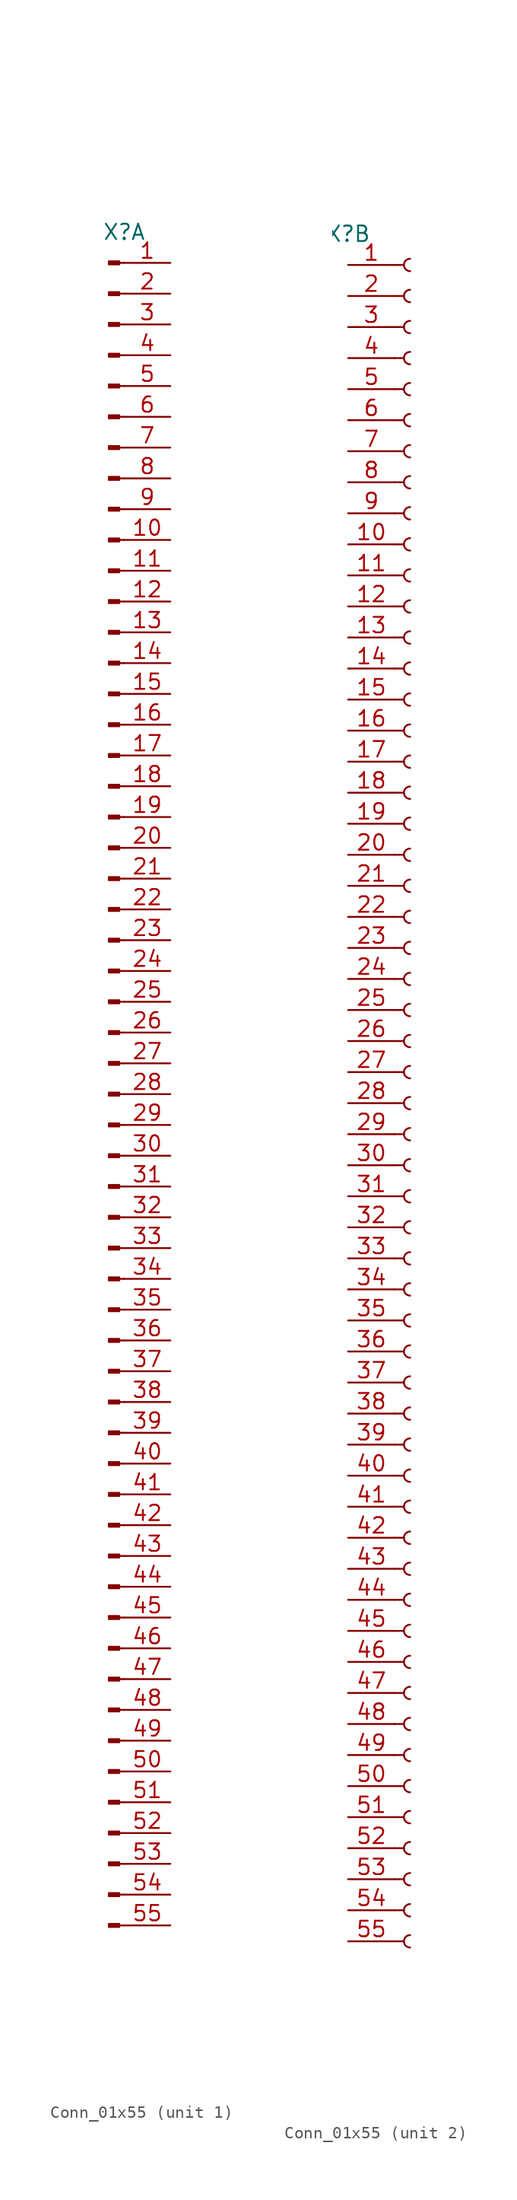
<source format=kicad_sym>
(kicad_symbol_lib
  (version 20241209)
  (generator "kicad_symbol_editor")
  (generator_version "9.0")
  (symbol "Conn_01x55"
    (pin_names
      (offset 1.016)
      (hide yes))
    (property "Reference" "X"
      (at 0 71.12 0)
      (effects (font (size 1.27 1.27))))
    (property "ki_locked" ""
      (at 0 0 0)
      (effects (font (size 1.27 1.27))))
    (symbol "Conn_01x55_1_1"
      (rectangle (start -0.406 68.707) (end -1.27 68.453) (stroke (width 0.152) (type default)) (fill (type outline)))
      (rectangle (start -0.406 66.167) (end -1.27 65.913) (stroke (width 0.152) (type default)) (fill (type outline)))
      (rectangle (start -0.406 63.627) (end -1.27 63.373) (stroke (width 0.152) (type default)) (fill (type outline)))
      (rectangle (start -0.406 61.087) (end -1.27 60.833) (stroke (width 0.152) (type default)) (fill (type outline)))
      (rectangle (start -0.406 58.547) (end -1.27 58.293) (stroke (width 0.152) (type default)) (fill (type outline)))
      (rectangle (start -0.406 56.007) (end -1.27 55.753) (stroke (width 0.152) (type default)) (fill (type outline)))
      (rectangle (start -0.406 53.467) (end -1.27 53.213) (stroke (width 0.152) (type default)) (fill (type outline)))
      (rectangle (start -0.406 50.927) (end -1.27 50.673) (stroke (width 0.152) (type default)) (fill (type outline)))
      (rectangle (start -0.406 48.387) (end -1.27 48.133) (stroke (width 0.152) (type default)) (fill (type outline)))
      (rectangle (start -0.406 45.847) (end -1.27 45.593) (stroke (width 0.152) (type default)) (fill (type outline)))
      (rectangle (start -0.406 43.307) (end -1.27 43.053) (stroke (width 0.152) (type default)) (fill (type outline)))
      (rectangle (start -0.406 40.767) (end -1.27 40.513) (stroke (width 0.152) (type default)) (fill (type outline)))
      (rectangle (start -0.406 38.227) (end -1.27 37.973) (stroke (width 0.152) (type default)) (fill (type outline)))
      (rectangle (start -0.406 35.687) (end -1.27 35.433) (stroke (width 0.152) (type default)) (fill (type outline)))
      (rectangle (start -0.406 33.147) (end -1.27 32.893) (stroke (width 0.152) (type default)) (fill (type outline)))
      (rectangle (start -0.406 30.607) (end -1.27 30.353) (stroke (width 0.152) (type default)) (fill (type outline)))
      (rectangle (start -0.406 28.067) (end -1.27 27.813) (stroke (width 0.152) (type default)) (fill (type outline)))
      (rectangle (start -0.406 25.527) (end -1.27 25.273) (stroke (width 0.152) (type default)) (fill (type outline)))
      (rectangle (start -0.406 22.987) (end -1.27 22.733) (stroke (width 0.152) (type default)) (fill (type outline)))
      (rectangle (start -0.406 20.447) (end -1.27 20.193) (stroke (width 0.152) (type default)) (fill (type outline)))
      (rectangle (start -0.406 17.907) (end -1.27 17.653) (stroke (width 0.152) (type default)) (fill (type outline)))
      (rectangle (start -0.406 15.367) (end -1.27 15.113) (stroke (width 0.152) (type default)) (fill (type outline)))
      (rectangle (start -0.406 12.827) (end -1.27 12.573) (stroke (width 0.152) (type default)) (fill (type outline)))
      (rectangle (start -0.406 10.287) (end -1.27 10.033) (stroke (width 0.152) (type default)) (fill (type outline)))
      (rectangle (start -0.406 7.747) (end -1.27 7.493) (stroke (width 0.152) (type default)) (fill (type outline)))
      (rectangle (start -0.406 5.207) (end -1.27 4.953) (stroke (width 0.152) (type default)) (fill (type outline)))
      (rectangle (start -0.406 2.667) (end -1.27 2.413) (stroke (width 0.152) (type default)) (fill (type outline)))
      (rectangle (start -0.406 0.127) (end -1.27 -0.127) (stroke (width 0.152) (type default)) (fill (type outline)))
      (rectangle (start -0.406 -2.413) (end -1.27 -2.667) (stroke (width 0.152) (type default)) (fill (type outline)))
      (rectangle (start -0.406 -4.953) (end -1.27 -5.207) (stroke (width 0.152) (type default)) (fill (type outline)))
      (rectangle (start -0.406 -7.493) (end -1.27 -7.747) (stroke (width 0.152) (type default)) (fill (type outline)))
      (rectangle (start -0.406 -10.033) (end -1.27 -10.287) (stroke (width 0.152) (type default)) (fill (type outline)))
      (rectangle (start -0.406 -12.573) (end -1.27 -12.827) (stroke (width 0.152) (type default)) (fill (type outline)))
      (rectangle (start -0.406 -15.113) (end -1.27 -15.367) (stroke (width 0.152) (type default)) (fill (type outline)))
      (rectangle (start -0.406 -17.653) (end -1.27 -17.907) (stroke (width 0.152) (type default)) (fill (type outline)))
      (rectangle (start -0.406 -20.193) (end -1.27 -20.447) (stroke (width 0.152) (type default)) (fill (type outline)))
      (rectangle (start -0.406 -22.733) (end -1.27 -22.987) (stroke (width 0.152) (type default)) (fill (type outline)))
      (rectangle (start -0.406 -25.273) (end -1.27 -25.527) (stroke (width 0.152) (type default)) (fill (type outline)))
      (rectangle (start -0.406 -27.813) (end -1.27 -28.067) (stroke (width 0.152) (type default)) (fill (type outline)))
      (rectangle (start -0.406 -30.353) (end -1.27 -30.607) (stroke (width 0.152) (type default)) (fill (type outline)))
      (rectangle (start -0.406 -32.893) (end -1.27 -33.147) (stroke (width 0.152) (type default)) (fill (type outline)))
      (rectangle (start -0.406 -35.433) (end -1.27 -35.687) (stroke (width 0.152) (type default)) (fill (type outline)))
      (rectangle (start -0.406 -37.973) (end -1.27 -38.227) (stroke (width 0.152) (type default)) (fill (type outline)))
      (rectangle (start -0.406 -40.513) (end -1.27 -40.767) (stroke (width 0.152) (type default)) (fill (type outline)))
      (rectangle (start -0.406 -43.053) (end -1.27 -43.307) (stroke (width 0.152) (type default)) (fill (type outline)))
      (rectangle (start -0.406 -45.593) (end -1.27 -45.847) (stroke (width 0.152) (type default)) (fill (type outline)))
      (rectangle (start -0.406 -48.133) (end -1.27 -48.387) (stroke (width 0.152) (type default)) (fill (type outline)))
      (rectangle (start -0.406 -50.673) (end -1.27 -50.927) (stroke (width 0.152) (type default)) (fill (type outline)))
      (rectangle (start -0.406 -53.213) (end -1.27 -53.467) (stroke (width 0.152) (type default)) (fill (type outline)))
      (rectangle (start -0.406 -55.753) (end -1.27 -56.007) (stroke (width 0.152) (type default)) (fill (type outline)))
      (rectangle (start -0.406 -58.293) (end -1.27 -58.547) (stroke (width 0.152) (type default)) (fill (type outline)))
      (rectangle (start -0.406 -60.833) (end -1.27 -61.087) (stroke (width 0.152) (type default)) (fill (type outline)))
      (rectangle (start -0.406 -63.373) (end -1.27 -63.627) (stroke (width 0.152) (type default)) (fill (type outline)))
      (rectangle (start -0.406 -65.913) (end -1.27 -66.167) (stroke (width 0.152) (type default)) (fill (type outline)))
      (rectangle (start -0.406 -68.453) (end -1.27 -68.707) (stroke (width 0.152) (type default)) (fill (type outline)))
      (polyline (pts (xy 0 68.58) (xy -0.406 68.58)) (stroke (width 0.152) (type default)) (fill (type none)))
      (polyline (pts (xy 0 66.04) (xy -0.406 66.04)) (stroke (width 0.152) (type default)) (fill (type none)))
      (polyline (pts (xy 0 63.5) (xy -0.406 63.5)) (stroke (width 0.152) (type default)) (fill (type none)))
      (polyline (pts (xy 0 60.96) (xy -0.406 60.96)) (stroke (width 0.152) (type default)) (fill (type none)))
      (polyline (pts (xy 0 58.42) (xy -0.406 58.42)) (stroke (width 0.152) (type default)) (fill (type none)))
      (polyline (pts (xy 0 55.88) (xy -0.406 55.88)) (stroke (width 0.152) (type default)) (fill (type none)))
      (polyline (pts (xy 0 53.34) (xy -0.406 53.34)) (stroke (width 0.152) (type default)) (fill (type none)))
      (polyline (pts (xy 0 50.8) (xy -0.406 50.8)) (stroke (width 0.152) (type default)) (fill (type none)))
      (polyline (pts (xy 0 48.26) (xy -0.406 48.26)) (stroke (width 0.152) (type default)) (fill (type none)))
      (polyline (pts (xy 0 45.72) (xy -0.406 45.72)) (stroke (width 0.152) (type default)) (fill (type none)))
      (polyline (pts (xy 0 43.18) (xy -0.406 43.18)) (stroke (width 0.152) (type default)) (fill (type none)))
      (polyline (pts (xy 0 40.64) (xy -0.406 40.64)) (stroke (width 0.152) (type default)) (fill (type none)))
      (polyline (pts (xy 0 38.1) (xy -0.406 38.1)) (stroke (width 0.152) (type default)) (fill (type none)))
      (polyline (pts (xy 0 35.56) (xy -0.406 35.56)) (stroke (width 0.152) (type default)) (fill (type none)))
      (polyline (pts (xy 0 33.02) (xy -0.406 33.02)) (stroke (width 0.152) (type default)) (fill (type none)))
      (polyline (pts (xy 0 30.48) (xy -0.406 30.48)) (stroke (width 0.152) (type default)) (fill (type none)))
      (polyline (pts (xy 0 27.94) (xy -0.406 27.94)) (stroke (width 0.152) (type default)) (fill (type none)))
      (polyline (pts (xy 0 25.4) (xy -0.406 25.4)) (stroke (width 0.152) (type default)) (fill (type none)))
      (polyline (pts (xy 0 22.86) (xy -0.406 22.86)) (stroke (width 0.152) (type default)) (fill (type none)))
      (polyline (pts (xy 0 20.32) (xy -0.406 20.32)) (stroke (width 0.152) (type default)) (fill (type none)))
      (polyline (pts (xy 0 17.78) (xy -0.406 17.78)) (stroke (width 0.152) (type default)) (fill (type none)))
      (polyline (pts (xy 0 15.24) (xy -0.406 15.24)) (stroke (width 0.152) (type default)) (fill (type none)))
      (polyline (pts (xy 0 12.7) (xy -0.406 12.7)) (stroke (width 0.152) (type default)) (fill (type none)))
      (polyline (pts (xy 0 10.16) (xy -0.406 10.16)) (stroke (width 0.152) (type default)) (fill (type none)))
      (polyline (pts (xy 0 7.62) (xy -0.406 7.62)) (stroke (width 0.152) (type default)) (fill (type none)))
      (polyline (pts (xy 0 5.08) (xy -0.406 5.08)) (stroke (width 0.152) (type default)) (fill (type none)))
      (polyline (pts (xy 0 2.54) (xy -0.406 2.54)) (stroke (width 0.152) (type default)) (fill (type none)))
      (polyline (pts (xy 0 0) (xy -0.406 0)) (stroke (width 0.152) (type default)) (fill (type none)))
      (polyline (pts (xy 0 -2.54) (xy -0.406 -2.54)) (stroke (width 0.152) (type default)) (fill (type none)))
      (polyline (pts (xy 0 -5.08) (xy -0.406 -5.08)) (stroke (width 0.152) (type default)) (fill (type none)))
      (polyline (pts (xy 0 -7.62) (xy -0.406 -7.62)) (stroke (width 0.152) (type default)) (fill (type none)))
      (polyline (pts (xy 0 -10.16) (xy -0.406 -10.16)) (stroke (width 0.152) (type default)) (fill (type none)))
      (polyline (pts (xy 0 -12.7) (xy -0.406 -12.7)) (stroke (width 0.152) (type default)) (fill (type none)))
      (polyline (pts (xy 0 -15.24) (xy -0.406 -15.24)) (stroke (width 0.152) (type default)) (fill (type none)))
      (polyline (pts (xy 0 -17.78) (xy -0.406 -17.78)) (stroke (width 0.152) (type default)) (fill (type none)))
      (polyline (pts (xy 0 -20.32) (xy -0.406 -20.32)) (stroke (width 0.152) (type default)) (fill (type none)))
      (polyline (pts (xy 0 -22.86) (xy -0.406 -22.86)) (stroke (width 0.152) (type default)) (fill (type none)))
      (polyline (pts (xy 0 -25.4) (xy -0.406 -25.4)) (stroke (width 0.152) (type default)) (fill (type none)))
      (polyline (pts (xy 0 -27.94) (xy -0.406 -27.94)) (stroke (width 0.152) (type default)) (fill (type none)))
      (polyline (pts (xy 0 -30.48) (xy -0.406 -30.48)) (stroke (width 0.152) (type default)) (fill (type none)))
      (polyline (pts (xy 0 -33.02) (xy -0.406 -33.02)) (stroke (width 0.152) (type default)) (fill (type none)))
      (polyline (pts (xy 0 -35.56) (xy -0.406 -35.56)) (stroke (width 0.152) (type default)) (fill (type none)))
      (polyline (pts (xy 0 -38.1) (xy -0.406 -38.1)) (stroke (width 0.152) (type default)) (fill (type none)))
      (polyline (pts (xy 0 -40.64) (xy -0.406 -40.64)) (stroke (width 0.152) (type default)) (fill (type none)))
      (polyline (pts (xy 0 -43.18) (xy -0.406 -43.18)) (stroke (width 0.152) (type default)) (fill (type none)))
      (polyline (pts (xy 0 -45.72) (xy -0.406 -45.72)) (stroke (width 0.152) (type default)) (fill (type none)))
      (polyline (pts (xy 0 -48.26) (xy -0.406 -48.26)) (stroke (width 0.152) (type default)) (fill (type none)))
      (polyline (pts (xy 0 -50.8) (xy -0.406 -50.8)) (stroke (width 0.152) (type default)) (fill (type none)))
      (polyline (pts (xy 0 -53.34) (xy -0.406 -53.34)) (stroke (width 0.152) (type default)) (fill (type none)))
      (polyline (pts (xy 0 -55.88) (xy -0.406 -55.88)) (stroke (width 0.152) (type default)) (fill (type none)))
      (polyline (pts (xy 0 -58.42) (xy -0.406 -58.42)) (stroke (width 0.152) (type default)) (fill (type none)))
      (polyline (pts (xy 0 -60.96) (xy -0.406 -60.96)) (stroke (width 0.152) (type default)) (fill (type none)))
      (polyline (pts (xy 0 -63.5) (xy -0.406 -63.5)) (stroke (width 0.152) (type default)) (fill (type none)))
      (polyline (pts (xy 0 -66.04) (xy -0.406 -66.04)) (stroke (width 0.152) (type default)) (fill (type none)))
      (polyline (pts (xy 0 -68.58) (xy -0.406 -68.58)) (stroke (width 0.152) (type default)) (fill (type none)))
      (pin passive line (at 3.81 68.58 180) (length 3.81) (name "Pin_1" (effects (font (size 1.27 1.27)))) (number "1" (effects (font (size 1.27 1.27)))))
      (pin passive line (at 3.81 66.04 180) (length 3.81) (name "Pin_2" (effects (font (size 1.27 1.27)))) (number "2" (effects (font (size 1.27 1.27)))))
      (pin passive line (at 3.81 63.5 180) (length 3.81) (name "Pin_3" (effects (font (size 1.27 1.27)))) (number "3" (effects (font (size 1.27 1.27)))))
      (pin passive line (at 3.81 60.96 180) (length 3.81) (name "Pin_4" (effects (font (size 1.27 1.27)))) (number "4" (effects (font (size 1.27 1.27)))))
      (pin passive line (at 3.81 58.42 180) (length 3.81) (name "Pin_5" (effects (font (size 1.27 1.27)))) (number "5" (effects (font (size 1.27 1.27)))))
      (pin passive line (at 3.81 55.88 180) (length 3.81) (name "Pin_6" (effects (font (size 1.27 1.27)))) (number "6" (effects (font (size 1.27 1.27)))))
      (pin passive line (at 3.81 53.34 180) (length 3.81) (name "Pin_7" (effects (font (size 1.27 1.27)))) (number "7" (effects (font (size 1.27 1.27)))))
      (pin passive line (at 3.81 50.8 180) (length 3.81) (name "Pin_8" (effects (font (size 1.27 1.27)))) (number "8" (effects (font (size 1.27 1.27)))))
      (pin passive line (at 3.81 48.26 180) (length 3.81) (name "Pin_9" (effects (font (size 1.27 1.27)))) (number "9" (effects (font (size 1.27 1.27)))))
      (pin passive line (at 3.81 45.72 180) (length 3.81) (name "Pin_10" (effects (font (size 1.27 1.27)))) (number "10" (effects (font (size 1.27 1.27)))))
      (pin passive line (at 3.81 43.18 180) (length 3.81) (name "Pin_11" (effects (font (size 1.27 1.27)))) (number "11" (effects (font (size 1.27 1.27)))))
      (pin passive line (at 3.81 40.64 180) (length 3.81) (name "Pin_12" (effects (font (size 1.27 1.27)))) (number "12" (effects (font (size 1.27 1.27)))))
      (pin passive line (at 3.81 38.1 180) (length 3.81) (name "Pin_13" (effects (font (size 1.27 1.27)))) (number "13" (effects (font (size 1.27 1.27)))))
      (pin passive line (at 3.81 35.56 180) (length 3.81) (name "Pin_14" (effects (font (size 1.27 1.27)))) (number "14" (effects (font (size 1.27 1.27)))))
      (pin passive line (at 3.81 33.02 180) (length 3.81) (name "Pin_15" (effects (font (size 1.27 1.27)))) (number "15" (effects (font (size 1.27 1.27)))))
      (pin passive line (at 3.81 30.48 180) (length 3.81) (name "Pin_16" (effects (font (size 1.27 1.27)))) (number "16" (effects (font (size 1.27 1.27)))))
      (pin passive line (at 3.81 27.94 180) (length 3.81) (name "Pin_17" (effects (font (size 1.27 1.27)))) (number "17" (effects (font (size 1.27 1.27)))))
      (pin passive line (at 3.81 25.4 180) (length 3.81) (name "Pin_18" (effects (font (size 1.27 1.27)))) (number "18" (effects (font (size 1.27 1.27)))))
      (pin passive line (at 3.81 22.86 180) (length 3.81) (name "Pin_19" (effects (font (size 1.27 1.27)))) (number "19" (effects (font (size 1.27 1.27)))))
      (pin passive line (at 3.81 20.32 180) (length 3.81) (name "Pin_20" (effects (font (size 1.27 1.27)))) (number "20" (effects (font (size 1.27 1.27)))))
      (pin passive line (at 3.81 17.78 180) (length 3.81) (name "Pin_21" (effects (font (size 1.27 1.27)))) (number "21" (effects (font (size 1.27 1.27)))))
      (pin passive line (at 3.81 15.24 180) (length 3.81) (name "Pin_22" (effects (font (size 1.27 1.27)))) (number "22" (effects (font (size 1.27 1.27)))))
      (pin passive line (at 3.81 12.7 180) (length 3.81) (name "Pin_23" (effects (font (size 1.27 1.27)))) (number "23" (effects (font (size 1.27 1.27)))))
      (pin passive line (at 3.81 10.16 180) (length 3.81) (name "Pin_24" (effects (font (size 1.27 1.27)))) (number "24" (effects (font (size 1.27 1.27)))))
      (pin passive line (at 3.81 7.62 180) (length 3.81) (name "Pin_25" (effects (font (size 1.27 1.27)))) (number "25" (effects (font (size 1.27 1.27)))))
      (pin passive line (at 3.81 5.08 180) (length 3.81) (name "Pin_26" (effects (font (size 1.27 1.27)))) (number "26" (effects (font (size 1.27 1.27)))))
      (pin passive line (at 3.81 2.54 180) (length 3.81) (name "Pin_27" (effects (font (size 1.27 1.27)))) (number "27" (effects (font (size 1.27 1.27)))))
      (pin passive line (at 3.81 0 180) (length 3.81) (name "Pin_28" (effects (font (size 1.27 1.27)))) (number "28" (effects (font (size 1.27 1.27)))))
      (pin passive line (at 3.81 -2.54 180) (length 3.81) (name "Pin_29" (effects (font (size 1.27 1.27)))) (number "29" (effects (font (size 1.27 1.27)))))
      (pin passive line (at 3.81 -5.08 180) (length 3.81) (name "Pin_30" (effects (font (size 1.27 1.27)))) (number "30" (effects (font (size 1.27 1.27)))))
      (pin passive line (at 3.81 -7.62 180) (length 3.81) (name "Pin_31" (effects (font (size 1.27 1.27)))) (number "31" (effects (font (size 1.27 1.27)))))
      (pin passive line (at 3.81 -10.16 180) (length 3.81) (name "Pin_32" (effects (font (size 1.27 1.27)))) (number "32" (effects (font (size 1.27 1.27)))))
      (pin passive line (at 3.81 -12.7 180) (length 3.81) (name "Pin_33" (effects (font (size 1.27 1.27)))) (number "33" (effects (font (size 1.27 1.27)))))
      (pin passive line (at 3.81 -15.24 180) (length 3.81) (name "Pin_34" (effects (font (size 1.27 1.27)))) (number "34" (effects (font (size 1.27 1.27)))))
      (pin passive line (at 3.81 -17.78 180) (length 3.81) (name "Pin_35" (effects (font (size 1.27 1.27)))) (number "35" (effects (font (size 1.27 1.27)))))
      (pin passive line (at 3.81 -20.32 180) (length 3.81) (name "Pin_36" (effects (font (size 1.27 1.27)))) (number "36" (effects (font (size 1.27 1.27)))))
      (pin passive line (at 3.81 -22.86 180) (length 3.81) (name "Pin_37" (effects (font (size 1.27 1.27)))) (number "37" (effects (font (size 1.27 1.27)))))
      (pin passive line (at 3.81 -25.4 180) (length 3.81) (name "Pin_38" (effects (font (size 1.27 1.27)))) (number "38" (effects (font (size 1.27 1.27)))))
      (pin passive line (at 3.81 -27.94 180) (length 3.81) (name "Pin_39" (effects (font (size 1.27 1.27)))) (number "39" (effects (font (size 1.27 1.27)))))
      (pin passive line (at 3.81 -30.48 180) (length 3.81) (name "Pin_40" (effects (font (size 1.27 1.27)))) (number "40" (effects (font (size 1.27 1.27)))))
      (pin passive line (at 3.81 -33.02 180) (length 3.81) (name "Pin_41" (effects (font (size 1.27 1.27)))) (number "41" (effects (font (size 1.27 1.27)))))
      (pin passive line (at 3.81 -35.56 180) (length 3.81) (name "Pin_42" (effects (font (size 1.27 1.27)))) (number "42" (effects (font (size 1.27 1.27)))))
      (pin passive line (at 3.81 -38.1 180) (length 3.81) (name "Pin_43" (effects (font (size 1.27 1.27)))) (number "43" (effects (font (size 1.27 1.27)))))
      (pin passive line (at 3.81 -40.64 180) (length 3.81) (name "Pin_44" (effects (font (size 1.27 1.27)))) (number "44" (effects (font (size 1.27 1.27)))))
      (pin passive line (at 3.81 -43.18 180) (length 3.81) (name "Pin_45" (effects (font (size 1.27 1.27)))) (number "45" (effects (font (size 1.27 1.27)))))
      (pin passive line (at 3.81 -45.72 180) (length 3.81) (name "Pin_46" (effects (font (size 1.27 1.27)))) (number "46" (effects (font (size 1.27 1.27)))))
      (pin passive line (at 3.81 -48.26 180) (length 3.81) (name "Pin_47" (effects (font (size 1.27 1.27)))) (number "47" (effects (font (size 1.27 1.27)))))
      (pin passive line (at 3.81 -50.8 180) (length 3.81) (name "Pin_48" (effects (font (size 1.27 1.27)))) (number "48" (effects (font (size 1.27 1.27)))))
      (pin passive line (at 3.81 -53.34 180) (length 3.81) (name "Pin_49" (effects (font (size 1.27 1.27)))) (number "49" (effects (font (size 1.27 1.27)))))
      (pin passive line (at 3.81 -55.88 180) (length 3.81) (name "Pin_50" (effects (font (size 1.27 1.27)))) (number "50" (effects (font (size 1.27 1.27)))))
      (pin passive line (at 3.81 -58.42 180) (length 3.81) (name "Pin_51" (effects (font (size 1.27 1.27)))) (number "51" (effects (font (size 1.27 1.27)))))
      (pin passive line (at 3.81 -60.96 180) (length 3.81) (name "Pin_52" (effects (font (size 1.27 1.27)))) (number "52" (effects (font (size 1.27 1.27)))))
      (pin passive line (at 3.81 -63.5 180) (length 3.81) (name "Pin_53" (effects (font (size 1.27 1.27)))) (number "53" (effects (font (size 1.27 1.27)))))
      (pin passive line (at 3.81 -66.04 180) (length 3.81) (name "Pin_54" (effects (font (size 1.27 1.27)))) (number "54" (effects (font (size 1.27 1.27)))))
      (pin passive line (at 3.81 -68.58 180) (length 3.81) (name "Pin_55" (effects (font (size 1.27 1.27)))) (number "55" (effects (font (size 1.27 1.27))))))
    (symbol "Conn_01x55_2_1"
      (polyline (pts (xy 3.81 68.58) (xy 4.572 68.58)) (stroke (width 0.152) (type default)) (fill (type none)))
      (polyline (pts (xy 3.81 66.04) (xy 4.572 66.04)) (stroke (width 0.152) (type default)) (fill (type none)))
      (polyline (pts (xy 3.81 63.5) (xy 4.572 63.5)) (stroke (width 0.152) (type default)) (fill (type none)))
      (polyline (pts (xy 3.81 60.96) (xy 4.572 60.96)) (stroke (width 0.152) (type default)) (fill (type none)))
      (polyline (pts (xy 3.81 58.42) (xy 4.572 58.42)) (stroke (width 0.152) (type default)) (fill (type none)))
      (polyline (pts (xy 3.81 55.88) (xy 4.572 55.88)) (stroke (width 0.152) (type default)) (fill (type none)))
      (polyline (pts (xy 3.81 53.34) (xy 4.572 53.34)) (stroke (width 0.152) (type default)) (fill (type none)))
      (polyline (pts (xy 3.81 50.8) (xy 4.572 50.8)) (stroke (width 0.152) (type default)) (fill (type none)))
      (polyline (pts (xy 3.81 48.26) (xy 4.572 48.26)) (stroke (width 0.152) (type default)) (fill (type none)))
      (polyline (pts (xy 3.81 45.72) (xy 4.572 45.72)) (stroke (width 0.152) (type default)) (fill (type none)))
      (polyline (pts (xy 3.81 43.18) (xy 4.572 43.18)) (stroke (width 0.152) (type default)) (fill (type none)))
      (polyline (pts (xy 3.81 40.64) (xy 4.572 40.64)) (stroke (width 0.152) (type default)) (fill (type none)))
      (polyline (pts (xy 3.81 38.1) (xy 4.572 38.1)) (stroke (width 0.152) (type default)) (fill (type none)))
      (polyline (pts (xy 3.81 35.56) (xy 4.572 35.56)) (stroke (width 0.152) (type default)) (fill (type none)))
      (polyline (pts (xy 3.81 33.02) (xy 4.572 33.02)) (stroke (width 0.152) (type default)) (fill (type none)))
      (polyline (pts (xy 3.81 30.48) (xy 4.572 30.48)) (stroke (width 0.152) (type default)) (fill (type none)))
      (polyline (pts (xy 3.81 27.94) (xy 4.572 27.94)) (stroke (width 0.152) (type default)) (fill (type none)))
      (polyline (pts (xy 3.81 25.4) (xy 4.572 25.4)) (stroke (width 0.152) (type default)) (fill (type none)))
      (polyline (pts (xy 3.81 22.86) (xy 4.572 22.86)) (stroke (width 0.152) (type default)) (fill (type none)))
      (polyline (pts (xy 3.81 20.32) (xy 4.572 20.32)) (stroke (width 0.152) (type default)) (fill (type none)))
      (polyline (pts (xy 3.81 17.78) (xy 4.572 17.78)) (stroke (width 0.152) (type default)) (fill (type none)))
      (polyline (pts (xy 3.81 15.24) (xy 4.572 15.24)) (stroke (width 0.152) (type default)) (fill (type none)))
      (polyline (pts (xy 3.81 12.7) (xy 4.572 12.7)) (stroke (width 0.152) (type default)) (fill (type none)))
      (polyline (pts (xy 3.81 10.16) (xy 4.572 10.16)) (stroke (width 0.152) (type default)) (fill (type none)))
      (polyline (pts (xy 3.81 7.62) (xy 4.572 7.62)) (stroke (width 0.152) (type default)) (fill (type none)))
      (polyline (pts (xy 3.81 5.08) (xy 4.572 5.08)) (stroke (width 0.152) (type default)) (fill (type none)))
      (polyline (pts (xy 3.81 2.54) (xy 4.572 2.54)) (stroke (width 0.152) (type default)) (fill (type none)))
      (polyline (pts (xy 3.81 0) (xy 4.572 0)) (stroke (width 0.152) (type default)) (fill (type none)))
      (polyline (pts (xy 3.81 -2.54) (xy 4.572 -2.54)) (stroke (width 0.152) (type default)) (fill (type none)))
      (polyline (pts (xy 3.81 -5.08) (xy 4.572 -5.08)) (stroke (width 0.152) (type default)) (fill (type none)))
      (polyline (pts (xy 3.81 -7.62) (xy 4.572 -7.62)) (stroke (width 0.152) (type default)) (fill (type none)))
      (polyline (pts (xy 3.81 -10.16) (xy 4.572 -10.16)) (stroke (width 0.152) (type default)) (fill (type none)))
      (polyline (pts (xy 3.81 -12.7) (xy 4.572 -12.7)) (stroke (width 0.152) (type default)) (fill (type none)))
      (polyline (pts (xy 3.81 -15.24) (xy 4.572 -15.24)) (stroke (width 0.152) (type default)) (fill (type none)))
      (polyline (pts (xy 3.81 -17.78) (xy 4.572 -17.78)) (stroke (width 0.152) (type default)) (fill (type none)))
      (polyline (pts (xy 3.81 -20.32) (xy 4.572 -20.32)) (stroke (width 0.152) (type default)) (fill (type none)))
      (polyline (pts (xy 3.81 -22.86) (xy 4.572 -22.86)) (stroke (width 0.152) (type default)) (fill (type none)))
      (polyline (pts (xy 3.81 -25.4) (xy 4.572 -25.4)) (stroke (width 0.152) (type default)) (fill (type none)))
      (polyline (pts (xy 3.81 -27.94) (xy 4.572 -27.94)) (stroke (width 0.152) (type default)) (fill (type none)))
      (polyline (pts (xy 3.81 -30.48) (xy 4.572 -30.48)) (stroke (width 0.152) (type default)) (fill (type none)))
      (polyline (pts (xy 3.81 -33.02) (xy 4.572 -33.02)) (stroke (width 0.152) (type default)) (fill (type none)))
      (polyline (pts (xy 3.81 -35.56) (xy 4.572 -35.56)) (stroke (width 0.152) (type default)) (fill (type none)))
      (polyline (pts (xy 3.81 -38.1) (xy 4.572 -38.1)) (stroke (width 0.152) (type default)) (fill (type none)))
      (polyline (pts (xy 3.81 -40.64) (xy 4.572 -40.64)) (stroke (width 0.152) (type default)) (fill (type none)))
      (polyline (pts (xy 3.81 -43.18) (xy 4.572 -43.18)) (stroke (width 0.152) (type default)) (fill (type none)))
      (polyline (pts (xy 3.81 -45.72) (xy 4.572 -45.72)) (stroke (width 0.152) (type default)) (fill (type none)))
      (polyline (pts (xy 3.81 -48.26) (xy 4.572 -48.26)) (stroke (width 0.152) (type default)) (fill (type none)))
      (polyline (pts (xy 3.81 -50.8) (xy 4.572 -50.8)) (stroke (width 0.152) (type default)) (fill (type none)))
      (polyline (pts (xy 3.81 -53.34) (xy 4.572 -53.34)) (stroke (width 0.152) (type default)) (fill (type none)))
      (polyline (pts (xy 3.81 -55.88) (xy 4.572 -55.88)) (stroke (width 0.152) (type default)) (fill (type none)))
      (polyline (pts (xy 3.81 -58.42) (xy 4.572 -58.42)) (stroke (width 0.152) (type default)) (fill (type none)))
      (polyline (pts (xy 3.81 -60.96) (xy 4.572 -60.96)) (stroke (width 0.152) (type default)) (fill (type none)))
      (polyline (pts (xy 3.81 -63.5) (xy 4.572 -63.5)) (stroke (width 0.152) (type default)) (fill (type none)))
      (polyline (pts (xy 3.81 -66.04) (xy 4.572 -66.04)) (stroke (width 0.152) (type default)) (fill (type none)))
      (polyline (pts (xy 3.81 -68.58) (xy 4.572 -68.58)) (stroke (width 0.152) (type default)) (fill (type none)))
      (arc (start 5.08 68.072) (mid 4.5742 68.58) (end 5.08 69.088) (stroke (width 0.1524) (type default)) (fill (type none)))
      (arc (start 5.08 65.532) (mid 4.5742 66.04) (end 5.08 66.548) (stroke (width 0.1524) (type default)) (fill (type none)))
      (arc (start 5.08 62.992) (mid 4.5742 63.5) (end 5.08 64.008) (stroke (width 0.1524) (type default)) (fill (type none)))
      (arc (start 5.08 60.452) (mid 4.5742 60.96) (end 5.08 61.468) (stroke (width 0.1524) (type default)) (fill (type none)))
      (arc (start 5.08 57.912) (mid 4.5742 58.42) (end 5.08 58.928) (stroke (width 0.1524) (type default)) (fill (type none)))
      (arc (start 5.08 55.372) (mid 4.5742 55.88) (end 5.08 56.388) (stroke (width 0.1524) (type default)) (fill (type none)))
      (arc (start 5.08 52.832) (mid 4.5742 53.34) (end 5.08 53.848) (stroke (width 0.1524) (type default)) (fill (type none)))
      (arc (start 5.08 50.292) (mid 4.5742 50.8) (end 5.08 51.308) (stroke (width 0.1524) (type default)) (fill (type none)))
      (arc (start 5.08 47.752) (mid 4.5742 48.26) (end 5.08 48.768) (stroke (width 0.1524) (type default)) (fill (type none)))
      (arc (start 5.08 45.212) (mid 4.5742 45.72) (end 5.08 46.228) (stroke (width 0.1524) (type default)) (fill (type none)))
      (arc (start 5.08 42.672) (mid 4.5742 43.18) (end 5.08 43.688) (stroke (width 0.1524) (type default)) (fill (type none)))
      (arc (start 5.08 40.132) (mid 4.5742 40.64) (end 5.08 41.148) (stroke (width 0.1524) (type default)) (fill (type none)))
      (arc (start 5.08 37.592) (mid 4.5742 38.1) (end 5.08 38.608) (stroke (width 0.1524) (type default)) (fill (type none)))
      (arc (start 5.08 35.052) (mid 4.5742 35.56) (end 5.08 36.068) (stroke (width 0.1524) (type default)) (fill (type none)))
      (arc (start 5.08 32.512) (mid 4.5742 33.02) (end 5.08 33.528) (stroke (width 0.1524) (type default)) (fill (type none)))
      (arc (start 5.08 29.972) (mid 4.5742 30.48) (end 5.08 30.988) (stroke (width 0.1524) (type default)) (fill (type none)))
      (arc (start 5.08 27.432) (mid 4.5742 27.94) (end 5.08 28.448) (stroke (width 0.1524) (type default)) (fill (type none)))
      (arc (start 5.08 24.892) (mid 4.5742 25.4) (end 5.08 25.908) (stroke (width 0.1524) (type default)) (fill (type none)))
      (arc (start 5.08 22.352) (mid 4.5742 22.86) (end 5.08 23.368) (stroke (width 0.1524) (type default)) (fill (type none)))
      (arc (start 5.08 19.812) (mid 4.5742 20.32) (end 5.08 20.828) (stroke (width 0.1524) (type default)) (fill (type none)))
      (arc (start 5.08 17.272) (mid 4.5742 17.78) (end 5.08 18.288) (stroke (width 0.1524) (type default)) (fill (type none)))
      (arc (start 5.08 14.732) (mid 4.5742 15.24) (end 5.08 15.748) (stroke (width 0.1524) (type default)) (fill (type none)))
      (arc (start 5.08 12.192) (mid 4.5742 12.7) (end 5.08 13.208) (stroke (width 0.1524) (type default)) (fill (type none)))
      (arc (start 5.08 9.652) (mid 4.5742 10.16) (end 5.08 10.668) (stroke (width 0.1524) (type default)) (fill (type none)))
      (arc (start 5.08 7.112) (mid 4.5742 7.62) (end 5.08 8.128) (stroke (width 0.1524) (type default)) (fill (type none)))
      (arc (start 5.08 4.572) (mid 4.5742 5.08) (end 5.08 5.588) (stroke (width 0.1524) (type default)) (fill (type none)))
      (arc (start 5.08 2.032) (mid 4.5742 2.54) (end 5.08 3.048) (stroke (width 0.1524) (type default)) (fill (type none)))
      (arc (start 5.08 -0.508) (mid 4.5742 0) (end 5.08 0.508) (stroke (width 0.1524) (type default)) (fill (type none)))
      (arc (start 5.08 -3.048) (mid 4.5742 -2.54) (end 5.08 -2.032) (stroke (width 0.1524) (type default)) (fill (type none)))
      (arc (start 5.08 -5.588) (mid 4.5742 -5.08) (end 5.08 -4.572) (stroke (width 0.1524) (type default)) (fill (type none)))
      (arc (start 5.08 -8.128) (mid 4.5742 -7.62) (end 5.08 -7.112) (stroke (width 0.1524) (type default)) (fill (type none)))
      (arc (start 5.08 -10.668) (mid 4.5742 -10.16) (end 5.08 -9.652) (stroke (width 0.1524) (type default)) (fill (type none)))
      (arc (start 5.08 -13.208) (mid 4.5742 -12.7) (end 5.08 -12.192) (stroke (width 0.1524) (type default)) (fill (type none)))
      (arc (start 5.08 -15.748) (mid 4.5742 -15.24) (end 5.08 -14.732) (stroke (width 0.1524) (type default)) (fill (type none)))
      (arc (start 5.08 -18.288) (mid 4.5742 -17.78) (end 5.08 -17.272) (stroke (width 0.1524) (type default)) (fill (type none)))
      (arc (start 5.08 -20.828) (mid 4.5742 -20.32) (end 5.08 -19.812) (stroke (width 0.1524) (type default)) (fill (type none)))
      (arc (start 5.08 -23.368) (mid 4.5742 -22.86) (end 5.08 -22.352) (stroke (width 0.1524) (type default)) (fill (type none)))
      (arc (start 5.08 -25.908) (mid 4.5742 -25.4) (end 5.08 -24.892) (stroke (width 0.1524) (type default)) (fill (type none)))
      (arc (start 5.08 -28.448) (mid 4.5742 -27.94) (end 5.08 -27.432) (stroke (width 0.1524) (type default)) (fill (type none)))
      (arc (start 5.08 -30.988) (mid 4.5742 -30.48) (end 5.08 -29.972) (stroke (width 0.1524) (type default)) (fill (type none)))
      (arc (start 5.08 -33.528) (mid 4.5742 -33.02) (end 5.08 -32.512) (stroke (width 0.1524) (type default)) (fill (type none)))
      (arc (start 5.08 -36.068) (mid 4.5742 -35.56) (end 5.08 -35.052) (stroke (width 0.1524) (type default)) (fill (type none)))
      (arc (start 5.08 -38.608) (mid 4.5742 -38.1) (end 5.08 -37.592) (stroke (width 0.1524) (type default)) (fill (type none)))
      (arc (start 5.08 -41.148) (mid 4.5742 -40.64) (end 5.08 -40.132) (stroke (width 0.1524) (type default)) (fill (type none)))
      (arc (start 5.08 -43.688) (mid 4.5742 -43.18) (end 5.08 -42.672) (stroke (width 0.1524) (type default)) (fill (type none)))
      (arc (start 5.08 -46.228) (mid 4.5742 -45.72) (end 5.08 -45.212) (stroke (width 0.1524) (type default)) (fill (type none)))
      (arc (start 5.08 -48.768) (mid 4.5742 -48.26) (end 5.08 -47.752) (stroke (width 0.1524) (type default)) (fill (type none)))
      (arc (start 5.08 -51.308) (mid 4.5742 -50.8) (end 5.08 -50.292) (stroke (width 0.1524) (type default)) (fill (type none)))
      (arc (start 5.08 -53.848) (mid 4.5742 -53.34) (end 5.08 -52.832) (stroke (width 0.1524) (type default)) (fill (type none)))
      (arc (start 5.08 -56.388) (mid 4.5742 -55.88) (end 5.08 -55.372) (stroke (width 0.1524) (type default)) (fill (type none)))
      (arc (start 5.08 -58.928) (mid 4.5742 -58.42) (end 5.08 -57.912) (stroke (width 0.1524) (type default)) (fill (type none)))
      (arc (start 5.08 -61.468) (mid 4.5742 -60.96) (end 5.08 -60.452) (stroke (width 0.1524) (type default)) (fill (type none)))
      (arc (start 5.08 -64.008) (mid 4.5742 -63.5) (end 5.08 -62.992) (stroke (width 0.1524) (type default)) (fill (type none)))
      (arc (start 5.08 -66.548) (mid 4.5742 -66.04) (end 5.08 -65.532) (stroke (width 0.1524) (type default)) (fill (type none)))
      (arc (start 5.08 -69.088) (mid 4.5742 -68.58) (end 5.08 -68.072) (stroke (width 0.1524) (type default)) (fill (type none)))
      (pin passive line (at 0 68.58 0) (length 3.81) (name "Pin_1" (effects (font (size 1.27 1.27)))) (number "1" (effects (font (size 1.27 1.27)))))
      (pin passive line (at 0 66.04 0) (length 3.81) (name "Pin_2" (effects (font (size 1.27 1.27)))) (number "2" (effects (font (size 1.27 1.27)))))
      (pin passive line (at 0 63.5 0) (length 3.81) (name "Pin_3" (effects (font (size 1.27 1.27)))) (number "3" (effects (font (size 1.27 1.27)))))
      (pin passive line (at 0 60.96 0) (length 3.81) (name "Pin_4" (effects (font (size 1.27 1.27)))) (number "4" (effects (font (size 1.27 1.27)))))
      (pin passive line (at 0 58.42 0) (length 3.81) (name "Pin_5" (effects (font (size 1.27 1.27)))) (number "5" (effects (font (size 1.27 1.27)))))
      (pin passive line (at 0 55.88 0) (length 3.81) (name "Pin_6" (effects (font (size 1.27 1.27)))) (number "6" (effects (font (size 1.27 1.27)))))
      (pin passive line (at 0 53.34 0) (length 3.81) (name "Pin_7" (effects (font (size 1.27 1.27)))) (number "7" (effects (font (size 1.27 1.27)))))
      (pin passive line (at 0 50.8 0) (length 3.81) (name "Pin_8" (effects (font (size 1.27 1.27)))) (number "8" (effects (font (size 1.27 1.27)))))
      (pin passive line (at 0 48.26 0) (length 3.81) (name "Pin_9" (effects (font (size 1.27 1.27)))) (number "9" (effects (font (size 1.27 1.27)))))
      (pin passive line (at 0 45.72 0) (length 3.81) (name "Pin_10" (effects (font (size 1.27 1.27)))) (number "10" (effects (font (size 1.27 1.27)))))
      (pin passive line (at 0 43.18 0) (length 3.81) (name "Pin_11" (effects (font (size 1.27 1.27)))) (number "11" (effects (font (size 1.27 1.27)))))
      (pin passive line (at 0 40.64 0) (length 3.81) (name "Pin_12" (effects (font (size 1.27 1.27)))) (number "12" (effects (font (size 1.27 1.27)))))
      (pin passive line (at 0 38.1 0) (length 3.81) (name "Pin_13" (effects (font (size 1.27 1.27)))) (number "13" (effects (font (size 1.27 1.27)))))
      (pin passive line (at 0 35.56 0) (length 3.81) (name "Pin_14" (effects (font (size 1.27 1.27)))) (number "14" (effects (font (size 1.27 1.27)))))
      (pin passive line (at 0 33.02 0) (length 3.81) (name "Pin_15" (effects (font (size 1.27 1.27)))) (number "15" (effects (font (size 1.27 1.27)))))
      (pin passive line (at 0 30.48 0) (length 3.81) (name "Pin_16" (effects (font (size 1.27 1.27)))) (number "16" (effects (font (size 1.27 1.27)))))
      (pin passive line (at 0 27.94 0) (length 3.81) (name "Pin_17" (effects (font (size 1.27 1.27)))) (number "17" (effects (font (size 1.27 1.27)))))
      (pin passive line (at 0 25.4 0) (length 3.81) (name "Pin_18" (effects (font (size 1.27 1.27)))) (number "18" (effects (font (size 1.27 1.27)))))
      (pin passive line (at 0 22.86 0) (length 3.81) (name "Pin_19" (effects (font (size 1.27 1.27)))) (number "19" (effects (font (size 1.27 1.27)))))
      (pin passive line (at 0 20.32 0) (length 3.81) (name "Pin_20" (effects (font (size 1.27 1.27)))) (number "20" (effects (font (size 1.27 1.27)))))
      (pin passive line (at 0 17.78 0) (length 3.81) (name "Pin_21" (effects (font (size 1.27 1.27)))) (number "21" (effects (font (size 1.27 1.27)))))
      (pin passive line (at 0 15.24 0) (length 3.81) (name "Pin_22" (effects (font (size 1.27 1.27)))) (number "22" (effects (font (size 1.27 1.27)))))
      (pin passive line (at 0 12.7 0) (length 3.81) (name "Pin_23" (effects (font (size 1.27 1.27)))) (number "23" (effects (font (size 1.27 1.27)))))
      (pin passive line (at 0 10.16 0) (length 3.81) (name "Pin_24" (effects (font (size 1.27 1.27)))) (number "24" (effects (font (size 1.27 1.27)))))
      (pin passive line (at 0 7.62 0) (length 3.81) (name "Pin_25" (effects (font (size 1.27 1.27)))) (number "25" (effects (font (size 1.27 1.27)))))
      (pin passive line (at 0 5.08 0) (length 3.81) (name "Pin_26" (effects (font (size 1.27 1.27)))) (number "26" (effects (font (size 1.27 1.27)))))
      (pin passive line (at 0 2.54 0) (length 3.81) (name "Pin_27" (effects (font (size 1.27 1.27)))) (number "27" (effects (font (size 1.27 1.27)))))
      (pin passive line (at 0 0 0) (length 3.81) (name "Pin_28" (effects (font (size 1.27 1.27)))) (number "28" (effects (font (size 1.27 1.27)))))
      (pin passive line (at 0 -2.54 0) (length 3.81) (name "Pin_29" (effects (font (size 1.27 1.27)))) (number "29" (effects (font (size 1.27 1.27)))))
      (pin passive line (at 0 -5.08 0) (length 3.81) (name "Pin_30" (effects (font (size 1.27 1.27)))) (number "30" (effects (font (size 1.27 1.27)))))
      (pin passive line (at 0 -7.62 0) (length 3.81) (name "Pin_31" (effects (font (size 1.27 1.27)))) (number "31" (effects (font (size 1.27 1.27)))))
      (pin passive line (at 0 -10.16 0) (length 3.81) (name "Pin_32" (effects (font (size 1.27 1.27)))) (number "32" (effects (font (size 1.27 1.27)))))
      (pin passive line (at 0 -12.7 0) (length 3.81) (name "Pin_33" (effects (font (size 1.27 1.27)))) (number "33" (effects (font (size 1.27 1.27)))))
      (pin passive line (at 0 -15.24 0) (length 3.81) (name "Pin_34" (effects (font (size 1.27 1.27)))) (number "34" (effects (font (size 1.27 1.27)))))
      (pin passive line (at 0 -17.78 0) (length 3.81) (name "Pin_35" (effects (font (size 1.27 1.27)))) (number "35" (effects (font (size 1.27 1.27)))))
      (pin passive line (at 0 -20.32 0) (length 3.81) (name "Pin_36" (effects (font (size 1.27 1.27)))) (number "36" (effects (font (size 1.27 1.27)))))
      (pin passive line (at 0 -22.86 0) (length 3.81) (name "Pin_37" (effects (font (size 1.27 1.27)))) (number "37" (effects (font (size 1.27 1.27)))))
      (pin passive line (at 0 -25.4 0) (length 3.81) (name "Pin_38" (effects (font (size 1.27 1.27)))) (number "38" (effects (font (size 1.27 1.27)))))
      (pin passive line (at 0 -27.94 0) (length 3.81) (name "Pin_39" (effects (font (size 1.27 1.27)))) (number "39" (effects (font (size 1.27 1.27)))))
      (pin passive line (at 0 -30.48 0) (length 3.81) (name "Pin_40" (effects (font (size 1.27 1.27)))) (number "40" (effects (font (size 1.27 1.27)))))
      (pin passive line (at 0 -33.02 0) (length 3.81) (name "Pin_41" (effects (font (size 1.27 1.27)))) (number "41" (effects (font (size 1.27 1.27)))))
      (pin passive line (at 0 -35.56 0) (length 3.81) (name "Pin_42" (effects (font (size 1.27 1.27)))) (number "42" (effects (font (size 1.27 1.27)))))
      (pin passive line (at 0 -38.1 0) (length 3.81) (name "Pin_43" (effects (font (size 1.27 1.27)))) (number "43" (effects (font (size 1.27 1.27)))))
      (pin passive line (at 0 -40.64 0) (length 3.81) (name "Pin_44" (effects (font (size 1.27 1.27)))) (number "44" (effects (font (size 1.27 1.27)))))
      (pin passive line (at 0 -43.18 0) (length 3.81) (name "Pin_45" (effects (font (size 1.27 1.27)))) (number "45" (effects (font (size 1.27 1.27)))))
      (pin passive line (at 0 -45.72 0) (length 3.81) (name "Pin_46" (effects (font (size 1.27 1.27)))) (number "46" (effects (font (size 1.27 1.27)))))
      (pin passive line (at 0 -48.26 0) (length 3.81) (name "Pin_47" (effects (font (size 1.27 1.27)))) (number "47" (effects (font (size 1.27 1.27)))))
      (pin passive line (at 0 -50.8 0) (length 3.81) (name "Pin_48" (effects (font (size 1.27 1.27)))) (number "48" (effects (font (size 1.27 1.27)))))
      (pin passive line (at 0 -53.34 0) (length 3.81) (name "Pin_49" (effects (font (size 1.27 1.27)))) (number "49" (effects (font (size 1.27 1.27)))))
      (pin passive line (at 0 -55.88 0) (length 3.81) (name "Pin_50" (effects (font (size 1.27 1.27)))) (number "50" (effects (font (size 1.27 1.27)))))
      (pin passive line (at 0 -58.42 0) (length 3.81) (name "Pin_51" (effects (font (size 1.27 1.27)))) (number "51" (effects (font (size 1.27 1.27)))))
      (pin passive line (at 0 -60.96 0) (length 3.81) (name "Pin_52" (effects (font (size 1.27 1.27)))) (number "52" (effects (font (size 1.27 1.27)))))
      (pin passive line (at 0 -63.5 0) (length 3.81) (name "Pin_53" (effects (font (size 1.27 1.27)))) (number "53" (effects (font (size 1.27 1.27)))))
      (pin passive line (at 0 -66.04 0) (length 3.81) (name "Pin_54" (effects (font (size 1.27 1.27)))) (number "54" (effects (font (size 1.27 1.27)))))
      (pin passive line (at 0 -68.58 0) (length 3.81) (name "Pin_55" (effects (font (size 1.27 1.27)))) (number "55" (effects (font (size 1.27 1.27))))))))
</source>
